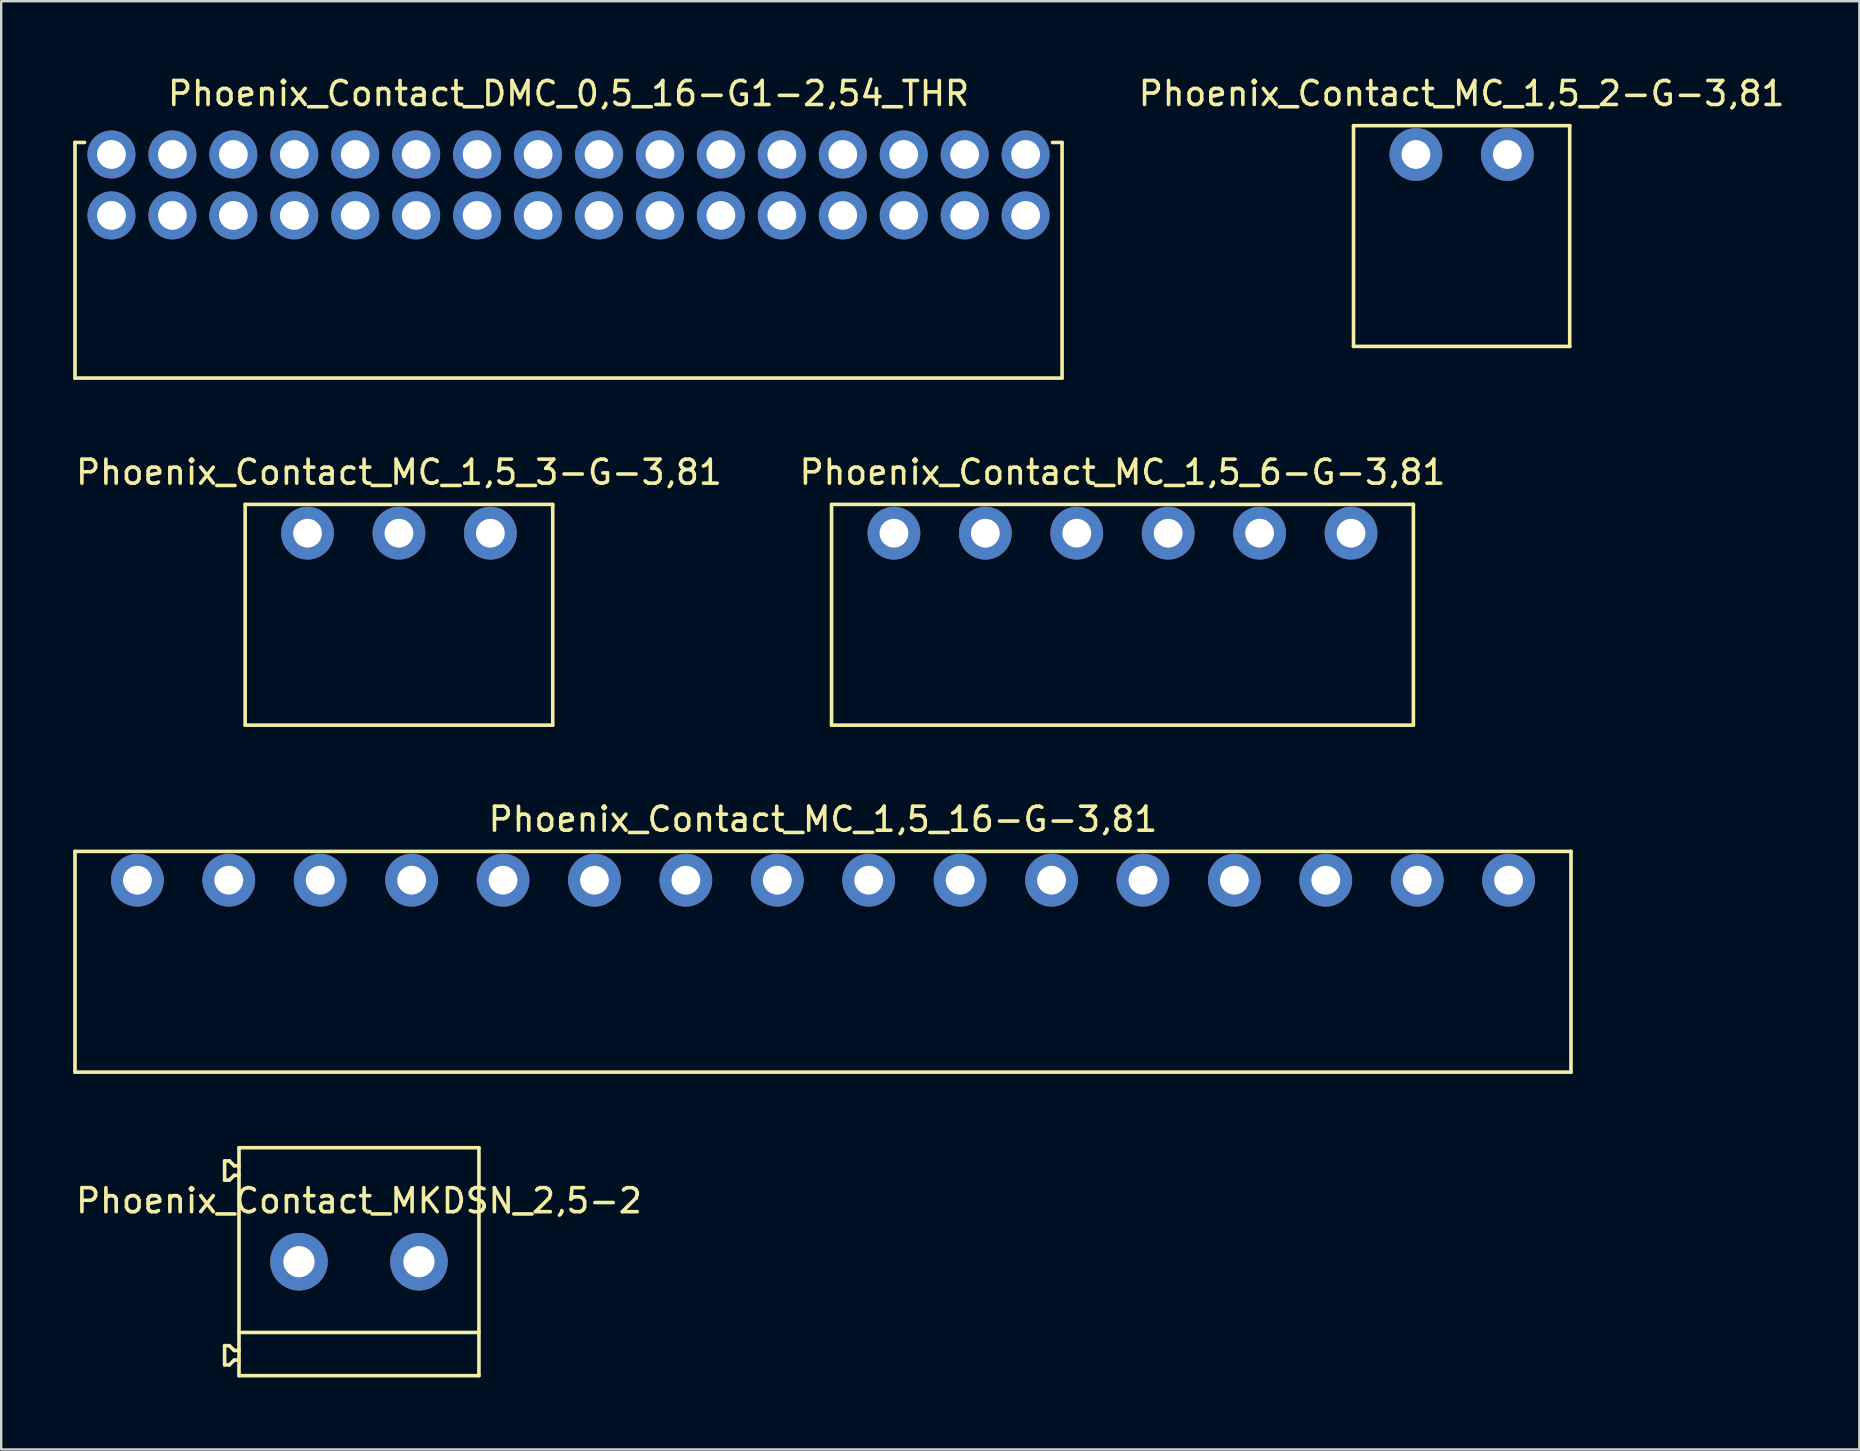
<source format=kicad_pcb>
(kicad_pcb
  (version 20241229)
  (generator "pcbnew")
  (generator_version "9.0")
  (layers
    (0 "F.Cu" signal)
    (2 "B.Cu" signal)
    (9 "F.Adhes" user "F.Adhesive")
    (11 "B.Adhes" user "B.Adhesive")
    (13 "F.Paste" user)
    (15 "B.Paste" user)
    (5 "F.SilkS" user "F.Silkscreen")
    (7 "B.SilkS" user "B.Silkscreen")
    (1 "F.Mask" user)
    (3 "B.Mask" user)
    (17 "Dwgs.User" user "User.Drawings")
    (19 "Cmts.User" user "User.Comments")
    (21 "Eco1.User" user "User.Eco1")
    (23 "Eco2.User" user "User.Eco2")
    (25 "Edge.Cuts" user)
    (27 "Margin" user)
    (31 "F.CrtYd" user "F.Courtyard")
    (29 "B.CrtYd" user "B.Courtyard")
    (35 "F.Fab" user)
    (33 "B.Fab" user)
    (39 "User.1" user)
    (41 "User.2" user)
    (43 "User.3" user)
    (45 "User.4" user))
  (footprint "Phoenix_Contact_MKDSN_2,5-2"
    (layer "F.Cu")
    (at 11.911 49.535)
    (property "Reference" "Phoenix_Contact_MKDSN_2,5-2" (at 0 -2.54 0) (layer "F.SilkS") (effects (font (size 1 1) (thickness 0.15))))
    (attr through_hole)
    (fp_line (start -5.6 -4.2) (end -5.6 -3.4) (stroke (width 0.15) (type solid)) (layer "F.SilkS"))
    (fp_line (start -5.6 -3.4) (end -5.4 -3.4) (stroke (width 0.15) (type solid)) (layer "F.SilkS"))
    (fp_line (start -5.6 3.5) (end -5.6 4.3) (stroke (width 0.15) (type solid)) (layer "F.SilkS"))
    (fp_line (start -5.6 4.3) (end -5.4 4.3) (stroke (width 0.15) (type solid)) (layer "F.SilkS"))
    (fp_line (start -5.4 -4.2) (end -5.6 -4.2) (stroke (width 0.15) (type solid)) (layer "F.SilkS"))
    (fp_line (start -5.4 -3.4) (end -5.2 -3.6) (stroke (width 0.15) (type solid)) (layer "F.SilkS"))
    (fp_line (start -5.4 3.5) (end -5.6 3.5) (stroke (width 0.15) (type solid)) (layer "F.SilkS"))
    (fp_line (start -5.4 4.3) (end -5.2 4.1) (stroke (width 0.15) (type solid)) (layer "F.SilkS"))
    (fp_line (start -5.2 -4) (end -5.4 -4.2) (stroke (width 0.15) (type solid)) (layer "F.SilkS"))
    (fp_line (start -5.2 -3.6) (end -5 -3.6) (stroke (width 0.15) (type solid)) (layer "F.SilkS"))
    (fp_line (start -5.2 3.7) (end -5.4 3.5) (stroke (width 0.15) (type solid)) (layer "F.SilkS"))
    (fp_line (start -5.2 4.1) (end -5 4.1) (stroke (width 0.15) (type solid)) (layer "F.SilkS"))
    (fp_line (start -5 -4.75) (end 5 -4.75) (stroke (width 0.15) (type solid)) (layer "F.SilkS"))
    (fp_line (start -5 -4) (end -5.2 -4) (stroke (width 0.15) (type solid)) (layer "F.SilkS"))
    (fp_line (start -5 2.95) (end 5 2.95) (stroke (width 0.15) (type solid)) (layer "F.SilkS"))
    (fp_line (start -5 3.7) (end -5.2 3.7) (stroke (width 0.15) (type solid)) (layer "F.SilkS"))
    (fp_line (start -5 4.75) (end -5 -4.75) (stroke (width 0.15) (type solid)) (layer "F.SilkS"))
    (fp_line (start -5 4.75) (end 5 4.75) (stroke (width 0.15) (type solid)) (layer "F.SilkS"))
    (fp_line (start 5 4.75) (end 5 -4.75) (stroke (width 0.15) (type solid)) (layer "F.SilkS"))
    (pad "1" thru_hole circle (at -2.5 0) (size 2.4 2.4) (drill 1.3) (layers "*.Cu" "*.Mask"))
    (pad "2" thru_hole circle (at 2.5 0) (size 2.4 2.4) (drill 1.3) (layers "*.Cu" "*.Mask")))
  (footprint "Phoenix_Contact_MC_1,5_6-G-3,81"
    (layer "F.Cu")
    (at 43.732 19.172)
    (property "Reference" "Phoenix_Contact_MC_1,5_6-G-3,81" (at 0 -2.54 0) (layer "F.SilkS") (effects (font (size 1 1) (thickness 0.15))))
    (attr through_hole)
    (fp_line (start -12.125 -1.2) (end 12.125 -1.2) (stroke (width 0.15) (type solid)) (layer "F.SilkS"))
    (fp_line (start -12.125 8) (end -12.125 -1.2) (stroke (width 0.15) (type solid)) (layer "F.SilkS"))
    (fp_line (start -12.125 8) (end 12.125 8) (stroke (width 0.15) (type solid)) (layer "F.SilkS"))
    (fp_line (start 12.125 8) (end 12.125 -1.2) (stroke (width 0.15) (type solid)) (layer "F.SilkS"))
    (pad "1" thru_hole circle (at -9.525 0) (size 2.2 2.2) (drill 1.2) (layers "*.Cu" "*.Mask"))
    (pad "2" thru_hole circle (at -5.715 0) (size 2.2 2.2) (drill 1.2) (layers "*.Cu" "*.Mask"))
    (pad "3" thru_hole circle (at -1.905 0) (size 2.2 2.2) (drill 1.2) (layers "*.Cu" "*.Mask"))
    (pad "4" thru_hole circle (at 1.905 0) (size 2.2 2.2) (drill 1.2) (layers "*.Cu" "*.Mask"))
    (pad "5" thru_hole circle (at 5.715 0) (size 2.2 2.2) (drill 1.2) (layers "*.Cu" "*.Mask"))
    (pad "6" thru_hole circle (at 9.525 0) (size 2.2 2.2) (drill 1.2) (layers "*.Cu" "*.Mask")))
  (footprint "Phoenix_Contact_DMC_0,5_16-G1-2,54_THR"
    (layer "F.Cu")
    (at 20.645 3.388)
    (property "Reference" "Phoenix_Contact_DMC_0,5_16-G1-2,54_THR" (at 0 -2.54 0) (layer "F.SilkS") (effects (font (size 1 1) (thickness 0.15))))
    (attr through_hole)
    (fp_line (start -20.57 -0.5) (end -20.17 -0.5) (stroke (width 0.15) (type solid)) (layer "F.SilkS"))
    (fp_line (start -20.57 9.32) (end -20.57 -0.5) (stroke (width 0.15) (type solid)) (layer "F.SilkS"))
    (fp_line (start -20.57 9.32) (end 20.57 9.32) (stroke (width 0.15) (type solid)) (layer "F.SilkS"))
    (fp_line (start 20.17 -0.5) (end 20.57 -0.5) (stroke (width 0.15) (type solid)) (layer "F.SilkS"))
    (fp_line (start 20.57 9.32) (end 20.57 -0.5) (stroke (width 0.15) (type solid)) (layer "F.SilkS"))
    (pad "1" thru_hole circle (at -19.05 0) (size 2 2) (drill 1.2) (layers "*.Cu" "*.Mask"))
    (pad "1" thru_hole circle (at -19.05 2.54) (size 2 2) (drill 1.2) (layers "*.Cu" "*.Mask"))
    (pad "2" thru_hole circle (at -16.51 0) (size 2 2) (drill 1.2) (layers "*.Cu" "*.Mask"))
    (pad "2" thru_hole circle (at -16.51 2.54) (size 2 2) (drill 1.2) (layers "*.Cu" "*.Mask"))
    (pad "3" thru_hole circle (at -13.97 0) (size 2 2) (drill 1.2) (layers "*.Cu" "*.Mask"))
    (pad "3" thru_hole circle (at -13.97 2.54) (size 2 2) (drill 1.2) (layers "*.Cu" "*.Mask"))
    (pad "4" thru_hole circle (at -11.43 0) (size 2 2) (drill 1.2) (layers "*.Cu" "*.Mask"))
    (pad "4" thru_hole circle (at -11.43 2.54) (size 2 2) (drill 1.2) (layers "*.Cu" "*.Mask"))
    (pad "5" thru_hole circle (at -8.89 0) (size 2 2) (drill 1.2) (layers "*.Cu" "*.Mask"))
    (pad "5" thru_hole circle (at -8.89 2.54) (size 2 2) (drill 1.2) (layers "*.Cu" "*.Mask"))
    (pad "6" thru_hole circle (at -6.35 0) (size 2 2) (drill 1.2) (layers "*.Cu" "*.Mask"))
    (pad "6" thru_hole circle (at -6.35 2.54) (size 2 2) (drill 1.2) (layers "*.Cu" "*.Mask"))
    (pad "7" thru_hole circle (at -3.81 0) (size 2 2) (drill 1.2) (layers "*.Cu" "*.Mask"))
    (pad "7" thru_hole circle (at -3.81 2.54) (size 2 2) (drill 1.2) (layers "*.Cu" "*.Mask"))
    (pad "8" thru_hole circle (at -1.27 0) (size 2 2) (drill 1.2) (layers "*.Cu" "*.Mask"))
    (pad "8" thru_hole circle (at -1.27 2.54) (size 2 2) (drill 1.2) (layers "*.Cu" "*.Mask"))
    (pad "9" thru_hole circle (at 1.27 0) (size 2 2) (drill 1.2) (layers "*.Cu" "*.Mask"))
    (pad "9" thru_hole circle (at 1.27 2.54) (size 2 2) (drill 1.2) (layers "*.Cu" "*.Mask"))
    (pad "10" thru_hole circle (at 3.81 0) (size 2 2) (drill 1.2) (layers "*.Cu" "*.Mask"))
    (pad "10" thru_hole circle (at 3.81 2.54) (size 2 2) (drill 1.2) (layers "*.Cu" "*.Mask"))
    (pad "11" thru_hole circle (at 6.35 0) (size 2 2) (drill 1.2) (layers "*.Cu" "*.Mask"))
    (pad "11" thru_hole circle (at 6.35 2.54) (size 2 2) (drill 1.2) (layers "*.Cu" "*.Mask"))
    (pad "12" thru_hole circle (at 8.89 0) (size 2 2) (drill 1.2) (layers "*.Cu" "*.Mask"))
    (pad "12" thru_hole circle (at 8.89 2.54) (size 2 2) (drill 1.2) (layers "*.Cu" "*.Mask"))
    (pad "13" thru_hole circle (at 11.43 0) (size 2 2) (drill 1.2) (layers "*.Cu" "*.Mask"))
    (pad "13" thru_hole circle (at 11.43 2.54) (size 2 2) (drill 1.2) (layers "*.Cu" "*.Mask"))
    (pad "14" thru_hole circle (at 13.97 0) (size 2 2) (drill 1.2) (layers "*.Cu" "*.Mask"))
    (pad "14" thru_hole circle (at 13.97 2.54) (size 2 2) (drill 1.2) (layers "*.Cu" "*.Mask"))
    (pad "15" thru_hole circle (at 16.51 0) (size 2 2) (drill 1.2) (layers "*.Cu" "*.Mask"))
    (pad "15" thru_hole circle (at 16.51 2.54) (size 2 2) (drill 1.2) (layers "*.Cu" "*.Mask"))
    (pad "16" thru_hole circle (at 19.05 0) (size 2 2) (drill 1.2) (layers "*.Cu" "*.Mask"))
    (pad "16" thru_hole circle (at 19.05 2.54) (size 2 2) (drill 1.2) (layers "*.Cu" "*.Mask")))
  (footprint "Phoenix_Contact_MC_1,5_16-G-3,81"
    (layer "F.Cu")
    (at 31.25 33.635)
    (property "Reference" "Phoenix_Contact_MC_1,5_16-G-3,81" (at 0 -2.54 0) (layer "F.SilkS") (effects (font (size 1 1) (thickness 0.15))))
    (attr through_hole)
    (fp_line (start -31.175 -1.2) (end 31.175 -1.2) (stroke (width 0.15) (type solid)) (layer "F.SilkS"))
    (fp_line (start -31.175 8) (end -31.175 -1.2) (stroke (width 0.15) (type solid)) (layer "F.SilkS"))
    (fp_line (start -31.175 8) (end 31.175 8) (stroke (width 0.15) (type solid)) (layer "F.SilkS"))
    (fp_line (start 31.175 8) (end 31.175 -1.2) (stroke (width 0.15) (type solid)) (layer "F.SilkS"))
    (pad "1" thru_hole circle (at -28.575 0) (size 2.2 2.2) (drill 1.2) (layers "*.Cu" "*.Mask"))
    (pad "2" thru_hole circle (at -24.765 0) (size 2.2 2.2) (drill 1.2) (layers "*.Cu" "*.Mask"))
    (pad "3" thru_hole circle (at -20.955 0) (size 2.2 2.2) (drill 1.2) (layers "*.Cu" "*.Mask"))
    (pad "4" thru_hole circle (at -17.145 0) (size 2.2 2.2) (drill 1.2) (layers "*.Cu" "*.Mask"))
    (pad "5" thru_hole circle (at -13.335 0) (size 2.2 2.2) (drill 1.2) (layers "*.Cu" "*.Mask"))
    (pad "6" thru_hole circle (at -9.525 0) (size 2.2 2.2) (drill 1.2) (layers "*.Cu" "*.Mask"))
    (pad "7" thru_hole circle (at -5.715 0) (size 2.2 2.2) (drill 1.2) (layers "*.Cu" "*.Mask"))
    (pad "8" thru_hole circle (at -1.905 0) (size 2.2 2.2) (drill 1.2) (layers "*.Cu" "*.Mask"))
    (pad "9" thru_hole circle (at 1.905 0) (size 2.2 2.2) (drill 1.2) (layers "*.Cu" "*.Mask"))
    (pad "10" thru_hole circle (at 5.715 0) (size 2.2 2.2) (drill 1.2) (layers "*.Cu" "*.Mask"))
    (pad "11" thru_hole circle (at 9.525 0) (size 2.2 2.2) (drill 1.2) (layers "*.Cu" "*.Mask"))
    (pad "12" thru_hole circle (at 13.335 0) (size 2.2 2.2) (drill 1.2) (layers "*.Cu" "*.Mask"))
    (pad "13" thru_hole circle (at 17.145 0) (size 2.2 2.2) (drill 1.2) (layers "*.Cu" "*.Mask"))
    (pad "14" thru_hole circle (at 20.955 0) (size 2.2 2.2) (drill 1.2) (layers "*.Cu" "*.Mask"))
    (pad "15" thru_hole circle (at 24.765 0) (size 2.2 2.2) (drill 1.2) (layers "*.Cu" "*.Mask"))
    (pad "16" thru_hole circle (at 28.575 0) (size 2.2 2.2) (drill 1.2) (layers "*.Cu" "*.Mask")))
  (footprint "Phoenix_Contact_MC_1,5_3-G-3,81"
    (layer "F.Cu")
    (at 13.577 19.172)
    (property "Reference" "Phoenix_Contact_MC_1,5_3-G-3,81" (at 0 -2.54 0) (layer "F.SilkS") (effects (font (size 1 1) (thickness 0.15))))
    (attr through_hole)
    (fp_line (start -6.41 -1.2) (end 6.41 -1.2) (stroke (width 0.15) (type solid)) (layer "F.SilkS"))
    (fp_line (start -6.41 8) (end -6.41 -1.2) (stroke (width 0.15) (type solid)) (layer "F.SilkS"))
    (fp_line (start -6.41 8) (end 6.41 8) (stroke (width 0.15) (type solid)) (layer "F.SilkS"))
    (fp_line (start 6.41 8) (end 6.41 -1.2) (stroke (width 0.15) (type solid)) (layer "F.SilkS"))
    (pad "1" thru_hole circle (at -3.81 0) (size 2.2 2.2) (drill 1.2) (layers "*.Cu" "*.Mask"))
    (pad "2" thru_hole circle (at 0 0) (size 2.2 2.2) (drill 1.2) (layers "*.Cu" "*.Mask"))
    (pad "3" thru_hole circle (at 3.81 0) (size 2.2 2.2) (drill 1.2) (layers "*.Cu" "*.Mask")))
  (footprint "Phoenix_Contact_MC_1,5_2-G-3,81"
    (layer "F.Cu")
    (at 57.867 3.388)
    (property "Reference" "Phoenix_Contact_MC_1,5_2-G-3,81" (at 0 -2.54 0) (layer "F.SilkS") (effects (font (size 1 1) (thickness 0.15))))
    (attr through_hole)
    (fp_line (start -4.505 -1.2) (end 4.505 -1.2) (stroke (width 0.15) (type solid)) (layer "F.SilkS"))
    (fp_line (start -4.505 8) (end -4.505 -1.2) (stroke (width 0.15) (type solid)) (layer "F.SilkS"))
    (fp_line (start -4.505 8) (end 4.505 8) (stroke (width 0.15) (type solid)) (layer "F.SilkS"))
    (fp_line (start 4.505 8) (end 4.505 -1.2) (stroke (width 0.15) (type solid)) (layer "F.SilkS"))
    (pad "1" thru_hole circle (at -1.905 0) (size 2.2 2.2) (drill 1.2) (layers "*.Cu" "*.Mask"))
    (pad "2" thru_hole circle (at 1.905 0) (size 2.2 2.2) (drill 1.2) (layers "*.Cu" "*.Mask")))
  (gr_rect
    (start -3 -3)
    (end 74.445 57.36)
    (stroke (width 0.1) (type default))
    (fill no)
    (layer "Edge.Cuts")))
</source>
